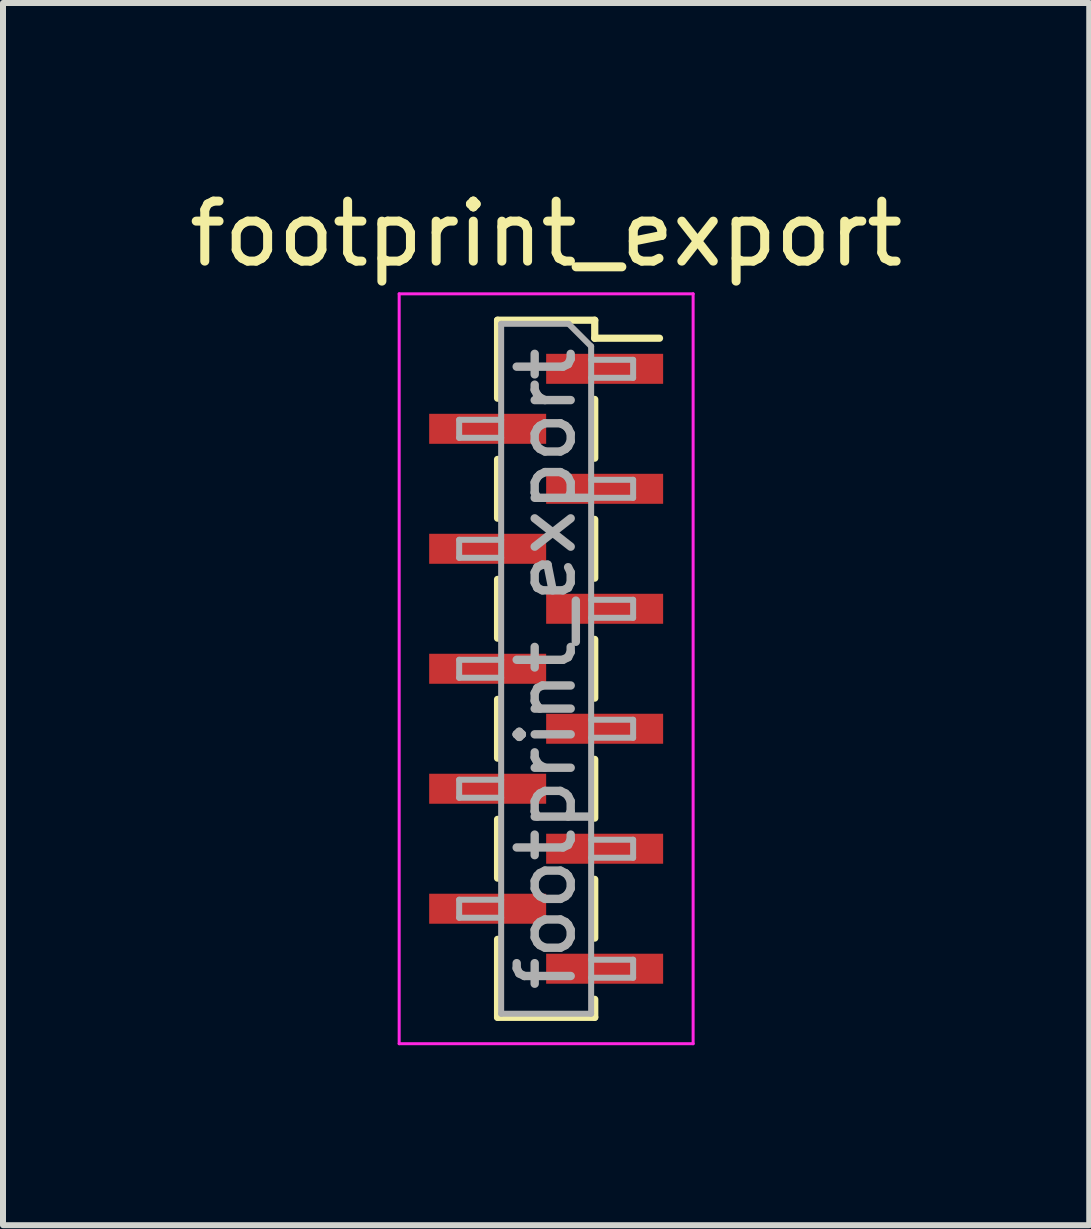
<source format=kicad_pcb>
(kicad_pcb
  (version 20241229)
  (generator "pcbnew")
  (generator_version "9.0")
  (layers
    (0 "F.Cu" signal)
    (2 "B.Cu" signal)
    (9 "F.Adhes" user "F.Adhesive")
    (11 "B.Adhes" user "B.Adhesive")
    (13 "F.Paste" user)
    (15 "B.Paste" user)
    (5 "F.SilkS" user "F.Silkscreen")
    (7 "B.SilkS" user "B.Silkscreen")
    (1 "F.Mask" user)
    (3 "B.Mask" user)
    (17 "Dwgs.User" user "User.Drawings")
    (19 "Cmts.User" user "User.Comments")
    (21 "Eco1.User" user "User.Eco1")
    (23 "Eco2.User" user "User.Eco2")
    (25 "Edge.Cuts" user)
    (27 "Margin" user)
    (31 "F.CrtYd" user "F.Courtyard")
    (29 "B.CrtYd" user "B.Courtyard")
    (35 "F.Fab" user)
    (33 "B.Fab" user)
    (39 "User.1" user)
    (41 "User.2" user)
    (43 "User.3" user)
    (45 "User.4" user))
  (footprint "footprint_export"
    (layer "F.Cu")
    (at 6.054 8.098)
    (property "Reference" "footprint_export" (at 0 -7.25 0) (layer "F.SilkS") (effects (font (size 1 1) (thickness 0.15))))
    (attr smd)
    (fp_line (start -0.81 -5.81) (end -0.81 -4.51) (stroke (width 0.12) (type solid)) (layer "F.SilkS"))
    (fp_line (start -0.81 -5.81) (end 0.81 -5.81) (stroke (width 0.12) (type solid)) (layer "F.SilkS"))
    (fp_line (start -0.81 -3.49) (end -0.81 -2.51) (stroke (width 0.12) (type solid)) (layer "F.SilkS"))
    (fp_line (start -0.81 -1.49) (end -0.81 -0.51) (stroke (width 0.12) (type solid)) (layer "F.SilkS"))
    (fp_line (start -0.81 0.51) (end -0.81 1.49) (stroke (width 0.12) (type solid)) (layer "F.SilkS"))
    (fp_line (start -0.81 2.51) (end -0.81 3.49) (stroke (width 0.12) (type solid)) (layer "F.SilkS"))
    (fp_line (start -0.81 4.51) (end -0.81 5.81) (stroke (width 0.12) (type solid)) (layer "F.SilkS"))
    (fp_line (start -0.81 5.81) (end 0.81 5.81) (stroke (width 0.12) (type solid)) (layer "F.SilkS"))
    (fp_line (start 0.81 -5.81) (end 0.81 -5.51) (stroke (width 0.12) (type solid)) (layer "F.SilkS"))
    (fp_line (start 0.81 -5.51) (end 1.89 -5.51) (stroke (width 0.12) (type solid)) (layer "F.SilkS"))
    (fp_line (start 0.81 -4.49) (end 0.81 -3.51) (stroke (width 0.12) (type solid)) (layer "F.SilkS"))
    (fp_line (start 0.81 -2.49) (end 0.81 -1.51) (stroke (width 0.12) (type solid)) (layer "F.SilkS"))
    (fp_line (start 0.81 -0.49) (end 0.81 0.49) (stroke (width 0.12) (type solid)) (layer "F.SilkS"))
    (fp_line (start 0.81 1.51) (end 0.81 2.49) (stroke (width 0.12) (type solid)) (layer "F.SilkS"))
    (fp_line (start 0.81 3.51) (end 0.81 4.49) (stroke (width 0.12) (type solid)) (layer "F.SilkS"))
    (fp_line (start 0.81 5.51) (end 0.81 5.81) (stroke (width 0.12) (type solid)) (layer "F.SilkS"))
    (fp_line (start -2.45 -6.25) (end 2.45 -6.25) (stroke (width 0.05) (type solid)) (layer "F.CrtYd"))
    (fp_line (start -2.45 6.25) (end -2.45 -6.25) (stroke (width 0.05) (type solid)) (layer "F.CrtYd"))
    (fp_line (start 2.45 -6.25) (end 2.45 6.25) (stroke (width 0.05) (type solid)) (layer "F.CrtYd"))
    (fp_line (start 2.45 6.25) (end -2.45 6.25) (stroke (width 0.05) (type solid)) (layer "F.CrtYd"))
    (fp_line (start -1.45 -4.15) (end -0.75 -4.15) (stroke (width 0.1) (type solid)) (layer "F.Fab"))
    (fp_line (start -1.45 -3.85) (end -1.45 -4.15) (stroke (width 0.1) (type solid)) (layer "F.Fab"))
    (fp_line (start -1.45 -2.15) (end -0.75 -2.15) (stroke (width 0.1) (type solid)) (layer "F.Fab"))
    (fp_line (start -1.45 -1.85) (end -1.45 -2.15) (stroke (width 0.1) (type solid)) (layer "F.Fab"))
    (fp_line (start -1.45 -0.15) (end -0.75 -0.15) (stroke (width 0.1) (type solid)) (layer "F.Fab"))
    (fp_line (start -1.45 0.15) (end -1.45 -0.15) (stroke (width 0.1) (type solid)) (layer "F.Fab"))
    (fp_line (start -1.45 1.85) (end -0.75 1.85) (stroke (width 0.1) (type solid)) (layer "F.Fab"))
    (fp_line (start -1.45 2.15) (end -1.45 1.85) (stroke (width 0.1) (type solid)) (layer "F.Fab"))
    (fp_line (start -1.45 3.85) (end -0.75 3.85) (stroke (width 0.1) (type solid)) (layer "F.Fab"))
    (fp_line (start -1.45 4.15) (end -1.45 3.85) (stroke (width 0.1) (type solid)) (layer "F.Fab"))
    (fp_line (start -0.75 -5.75) (end 0.375 -5.75) (stroke (width 0.1) (type solid)) (layer "F.Fab"))
    (fp_line (start -0.75 -3.85) (end -1.45 -3.85) (stroke (width 0.1) (type solid)) (layer "F.Fab"))
    (fp_line (start -0.75 -1.85) (end -1.45 -1.85) (stroke (width 0.1) (type solid)) (layer "F.Fab"))
    (fp_line (start -0.75 0.15) (end -1.45 0.15) (stroke (width 0.1) (type solid)) (layer "F.Fab"))
    (fp_line (start -0.75 2.15) (end -1.45 2.15) (stroke (width 0.1) (type solid)) (layer "F.Fab"))
    (fp_line (start -0.75 4.15) (end -1.45 4.15) (stroke (width 0.1) (type solid)) (layer "F.Fab"))
    (fp_line (start -0.75 5.75) (end -0.75 -5.75) (stroke (width 0.1) (type solid)) (layer "F.Fab"))
    (fp_line (start 0.375 -5.75) (end 0.75 -5.375) (stroke (width 0.1) (type solid)) (layer "F.Fab"))
    (fp_line (start 0.75 -5.375) (end 0.75 5.75) (stroke (width 0.1) (type solid)) (layer "F.Fab"))
    (fp_line (start 0.75 -5.15) (end 1.45 -5.15) (stroke (width 0.1) (type solid)) (layer "F.Fab"))
    (fp_line (start 0.75 -3.15) (end 1.45 -3.15) (stroke (width 0.1) (type solid)) (layer "F.Fab"))
    (fp_line (start 0.75 -1.15) (end 1.45 -1.15) (stroke (width 0.1) (type solid)) (layer "F.Fab"))
    (fp_line (start 0.75 0.85) (end 1.45 0.85) (stroke (width 0.1) (type solid)) (layer "F.Fab"))
    (fp_line (start 0.75 2.85) (end 1.45 2.85) (stroke (width 0.1) (type solid)) (layer "F.Fab"))
    (fp_line (start 0.75 4.85) (end 1.45 4.85) (stroke (width 0.1) (type solid)) (layer "F.Fab"))
    (fp_line (start 0.75 5.75) (end -0.75 5.75) (stroke (width 0.1) (type solid)) (layer "F.Fab"))
    (fp_line (start 1.45 -5.15) (end 1.45 -4.85) (stroke (width 0.1) (type solid)) (layer "F.Fab"))
    (fp_line (start 1.45 -4.85) (end 0.75 -4.85) (stroke (width 0.1) (type solid)) (layer "F.Fab"))
    (fp_line (start 1.45 -3.15) (end 1.45 -2.85) (stroke (width 0.1) (type solid)) (layer "F.Fab"))
    (fp_line (start 1.45 -2.85) (end 0.75 -2.85) (stroke (width 0.1) (type solid)) (layer "F.Fab"))
    (fp_line (start 1.45 -1.15) (end 1.45 -0.85) (stroke (width 0.1) (type solid)) (layer "F.Fab"))
    (fp_line (start 1.45 -0.85) (end 0.75 -0.85) (stroke (width 0.1) (type solid)) (layer "F.Fab"))
    (fp_line (start 1.45 0.85) (end 1.45 1.15) (stroke (width 0.1) (type solid)) (layer "F.Fab"))
    (fp_line (start 1.45 1.15) (end 0.75 1.15) (stroke (width 0.1) (type solid)) (layer "F.Fab"))
    (fp_line (start 1.45 2.85) (end 1.45 3.15) (stroke (width 0.1) (type solid)) (layer "F.Fab"))
    (fp_line (start 1.45 3.15) (end 0.75 3.15) (stroke (width 0.1) (type solid)) (layer "F.Fab"))
    (fp_line (start 1.45 4.85) (end 1.45 5.15) (stroke (width 0.1) (type solid)) (layer "F.Fab"))
    (fp_line (start 1.45 5.15) (end 0.75 5.15) (stroke (width 0.1) (type solid)) (layer "F.Fab"))
    (fp_text user "${REFERENCE}" (at 0 0 90) (layer "F.Fab") (effects (font (size 0.9 0.9) (thickness 0.14))))
    (pad "1" smd rect (at 0.975 -5) (size 1.95 0.5) (layers "F.Cu" "F.Mask" "F.Paste"))
    (pad "2" smd rect (at -0.975 -4) (size 1.95 0.5) (layers "F.Cu" "F.Mask" "F.Paste"))
    (pad "3" smd rect (at 0.975 -3) (size 1.95 0.5) (layers "F.Cu" "F.Mask" "F.Paste"))
    (pad "4" smd rect (at -0.975 -2) (size 1.95 0.5) (layers "F.Cu" "F.Mask" "F.Paste"))
    (pad "5" smd rect (at 0.975 -1) (size 1.95 0.5) (layers "F.Cu" "F.Mask" "F.Paste"))
    (pad "6" smd rect (at -0.975 0) (size 1.95 0.5) (layers "F.Cu" "F.Mask" "F.Paste"))
    (pad "7" smd rect (at 0.975 1) (size 1.95 0.5) (layers "F.Cu" "F.Mask" "F.Paste"))
    (pad "8" smd rect (at -0.975 2) (size 1.95 0.5) (layers "F.Cu" "F.Mask" "F.Paste"))
    (pad "9" smd rect (at 0.975 3) (size 1.95 0.5) (layers "F.Cu" "F.Mask" "F.Paste"))
    (pad "10" smd rect (at -0.975 4) (size 1.95 0.5) (layers "F.Cu" "F.Mask" "F.Paste"))
    (pad "11" smd rect (at 0.975 5) (size 1.95 0.5) (layers "F.Cu" "F.Mask" "F.Paste")))
  (gr_rect
    (start -3 -3)
    (end 15.107 17.373)
    (stroke (width 0.1) (type default))
    (fill no)
    (layer "Edge.Cuts")))
</source>
